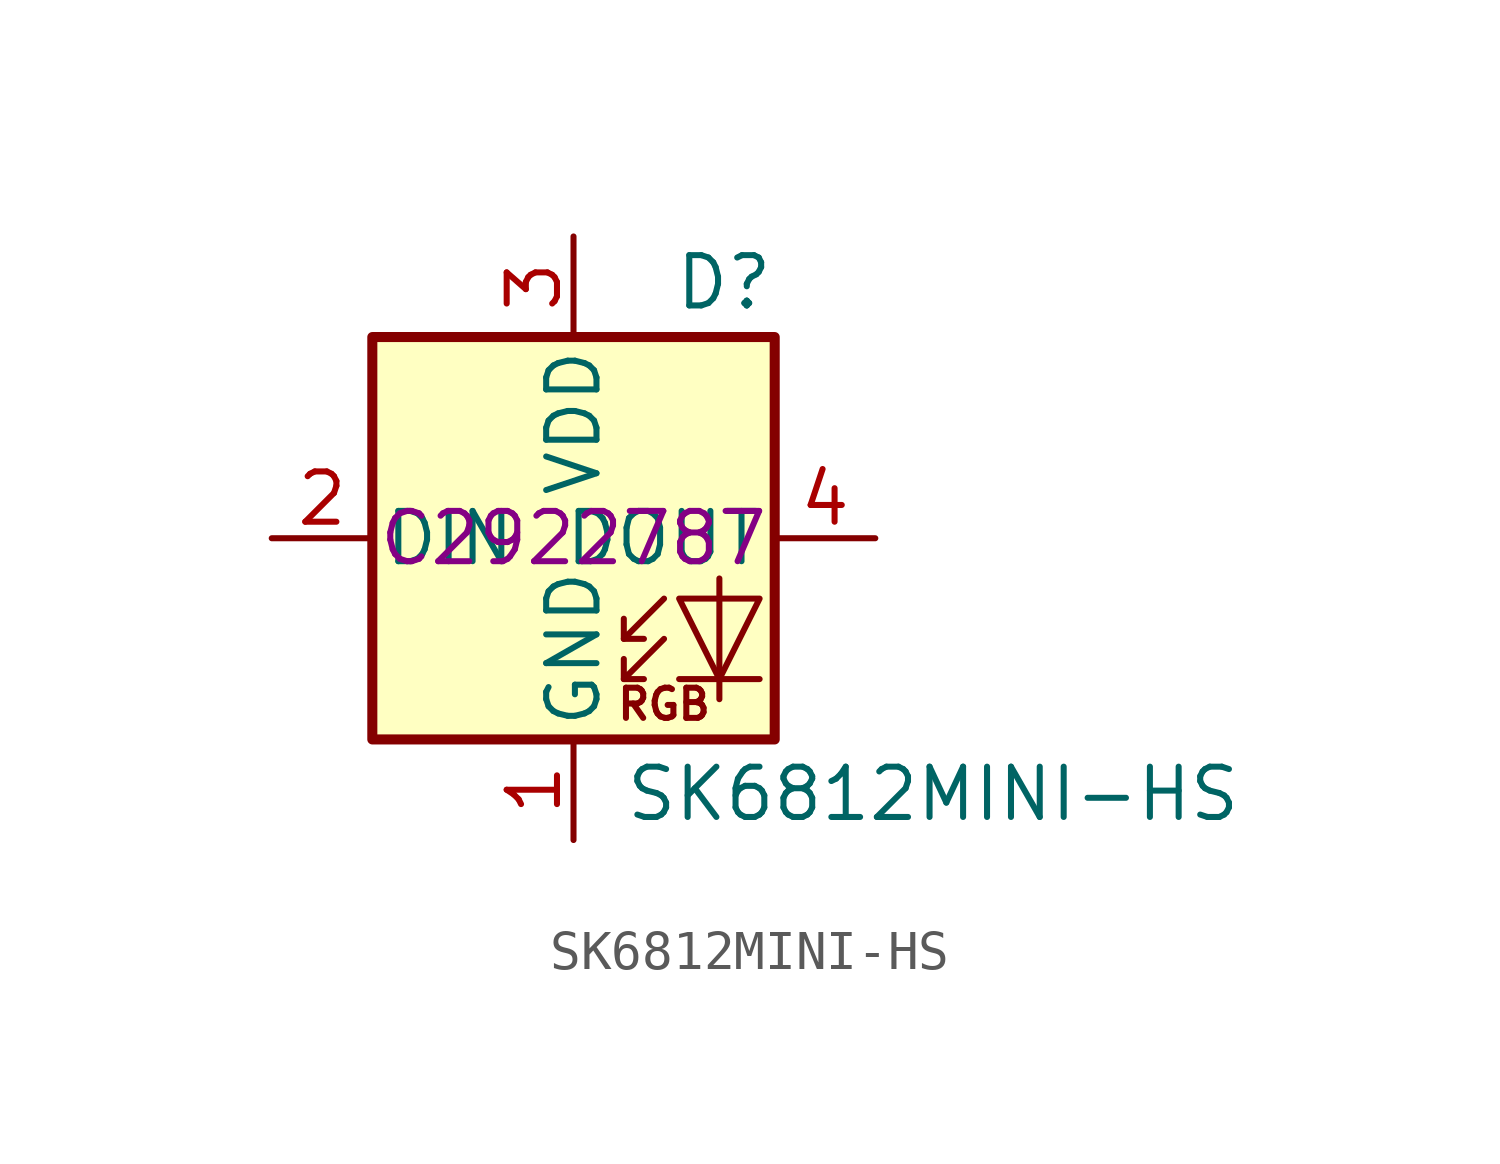
<source format=kicad_sym>
(kicad_symbol_lib
  (version 20231120)
  (generator "kicad_symbol_editor")
  (generator_version "8.0")
  (symbol "SK6812MINI-HS"
    (pin_names
      (offset 0.254))
    (property "Reference" "D"
      (at 5.08 5.715 0)
      (effects (font (size 1.27 1.27)) (justify right bottom)))
    (property "Value" "SK6812MINI-HS"
      (at 1.27 -5.715 0)
      (effects (font (size 1.27 1.27)) (justify left top)))
    (property "LCSC" "C2922787"
      (at 0 0 0)
      (effects (font (size 1.27 1.27))))
    (symbol "SK6812MINI-HS_0_0"
      (text "RGB" (at 2.286 -4.191 0) (effects (font (size 0.762 0.762)))))
    (symbol "SK6812MINI-HS_0_1"
      (rectangle (start -5.08 5.08) (end 5.08 -5.08) (stroke (width 0.254) (type default)) (fill (type background)))
      (polyline (pts (xy 1.27 -3.556) (xy 1.778 -3.556)) (stroke (width 0) (type default)) (fill (type none)))
      (polyline (pts (xy 1.27 -2.54) (xy 1.778 -2.54)) (stroke (width 0) (type default)) (fill (type none)))
      (polyline (pts (xy 4.699 -3.556) (xy 2.667 -3.556)) (stroke (width 0) (type default)) (fill (type none)))
      (polyline (pts (xy 2.286 -2.54) (xy 1.27 -3.556) (xy 1.27 -3.048)) (stroke (width 0) (type default)) (fill (type none)))
      (polyline (pts (xy 2.286 -1.524) (xy 1.27 -2.54) (xy 1.27 -2.032)) (stroke (width 0) (type default)) (fill (type none)))
      (polyline (pts (xy 3.683 -1.016) (xy 3.683 -3.556) (xy 3.683 -4.064)) (stroke (width 0) (type default)) (fill (type none)))
      (polyline (pts (xy 4.699 -1.524) (xy 2.667 -1.524) (xy 3.683 -3.556) (xy 4.699 -1.524)) (stroke (width 0) (type default)) (fill (type none))))
    (symbol "SK6812MINI-HS_1_1"
      (pin power_in line (at 0 -7.62 90) (length 2.54) (name "GND" (effects (font (size 1.27 1.27)))) (number "1" (effects (font (size 1.27 1.27)))))
      (pin input line (at -7.62 0 0) (length 2.54) (name "DIN" (effects (font (size 1.27 1.27)))) (number "2" (effects (font (size 1.27 1.27)))))
      (pin power_in line (at 0 7.62 270) (length 2.54) (name "VDD" (effects (font (size 1.27 1.27)))) (number "3" (effects (font (size 1.27 1.27)))))
      (pin output line (at 7.62 0 180) (length 2.54) (name "DOUT" (effects (font (size 1.27 1.27)))) (number "4" (effects (font (size 1.27 1.27))))))))
</source>
